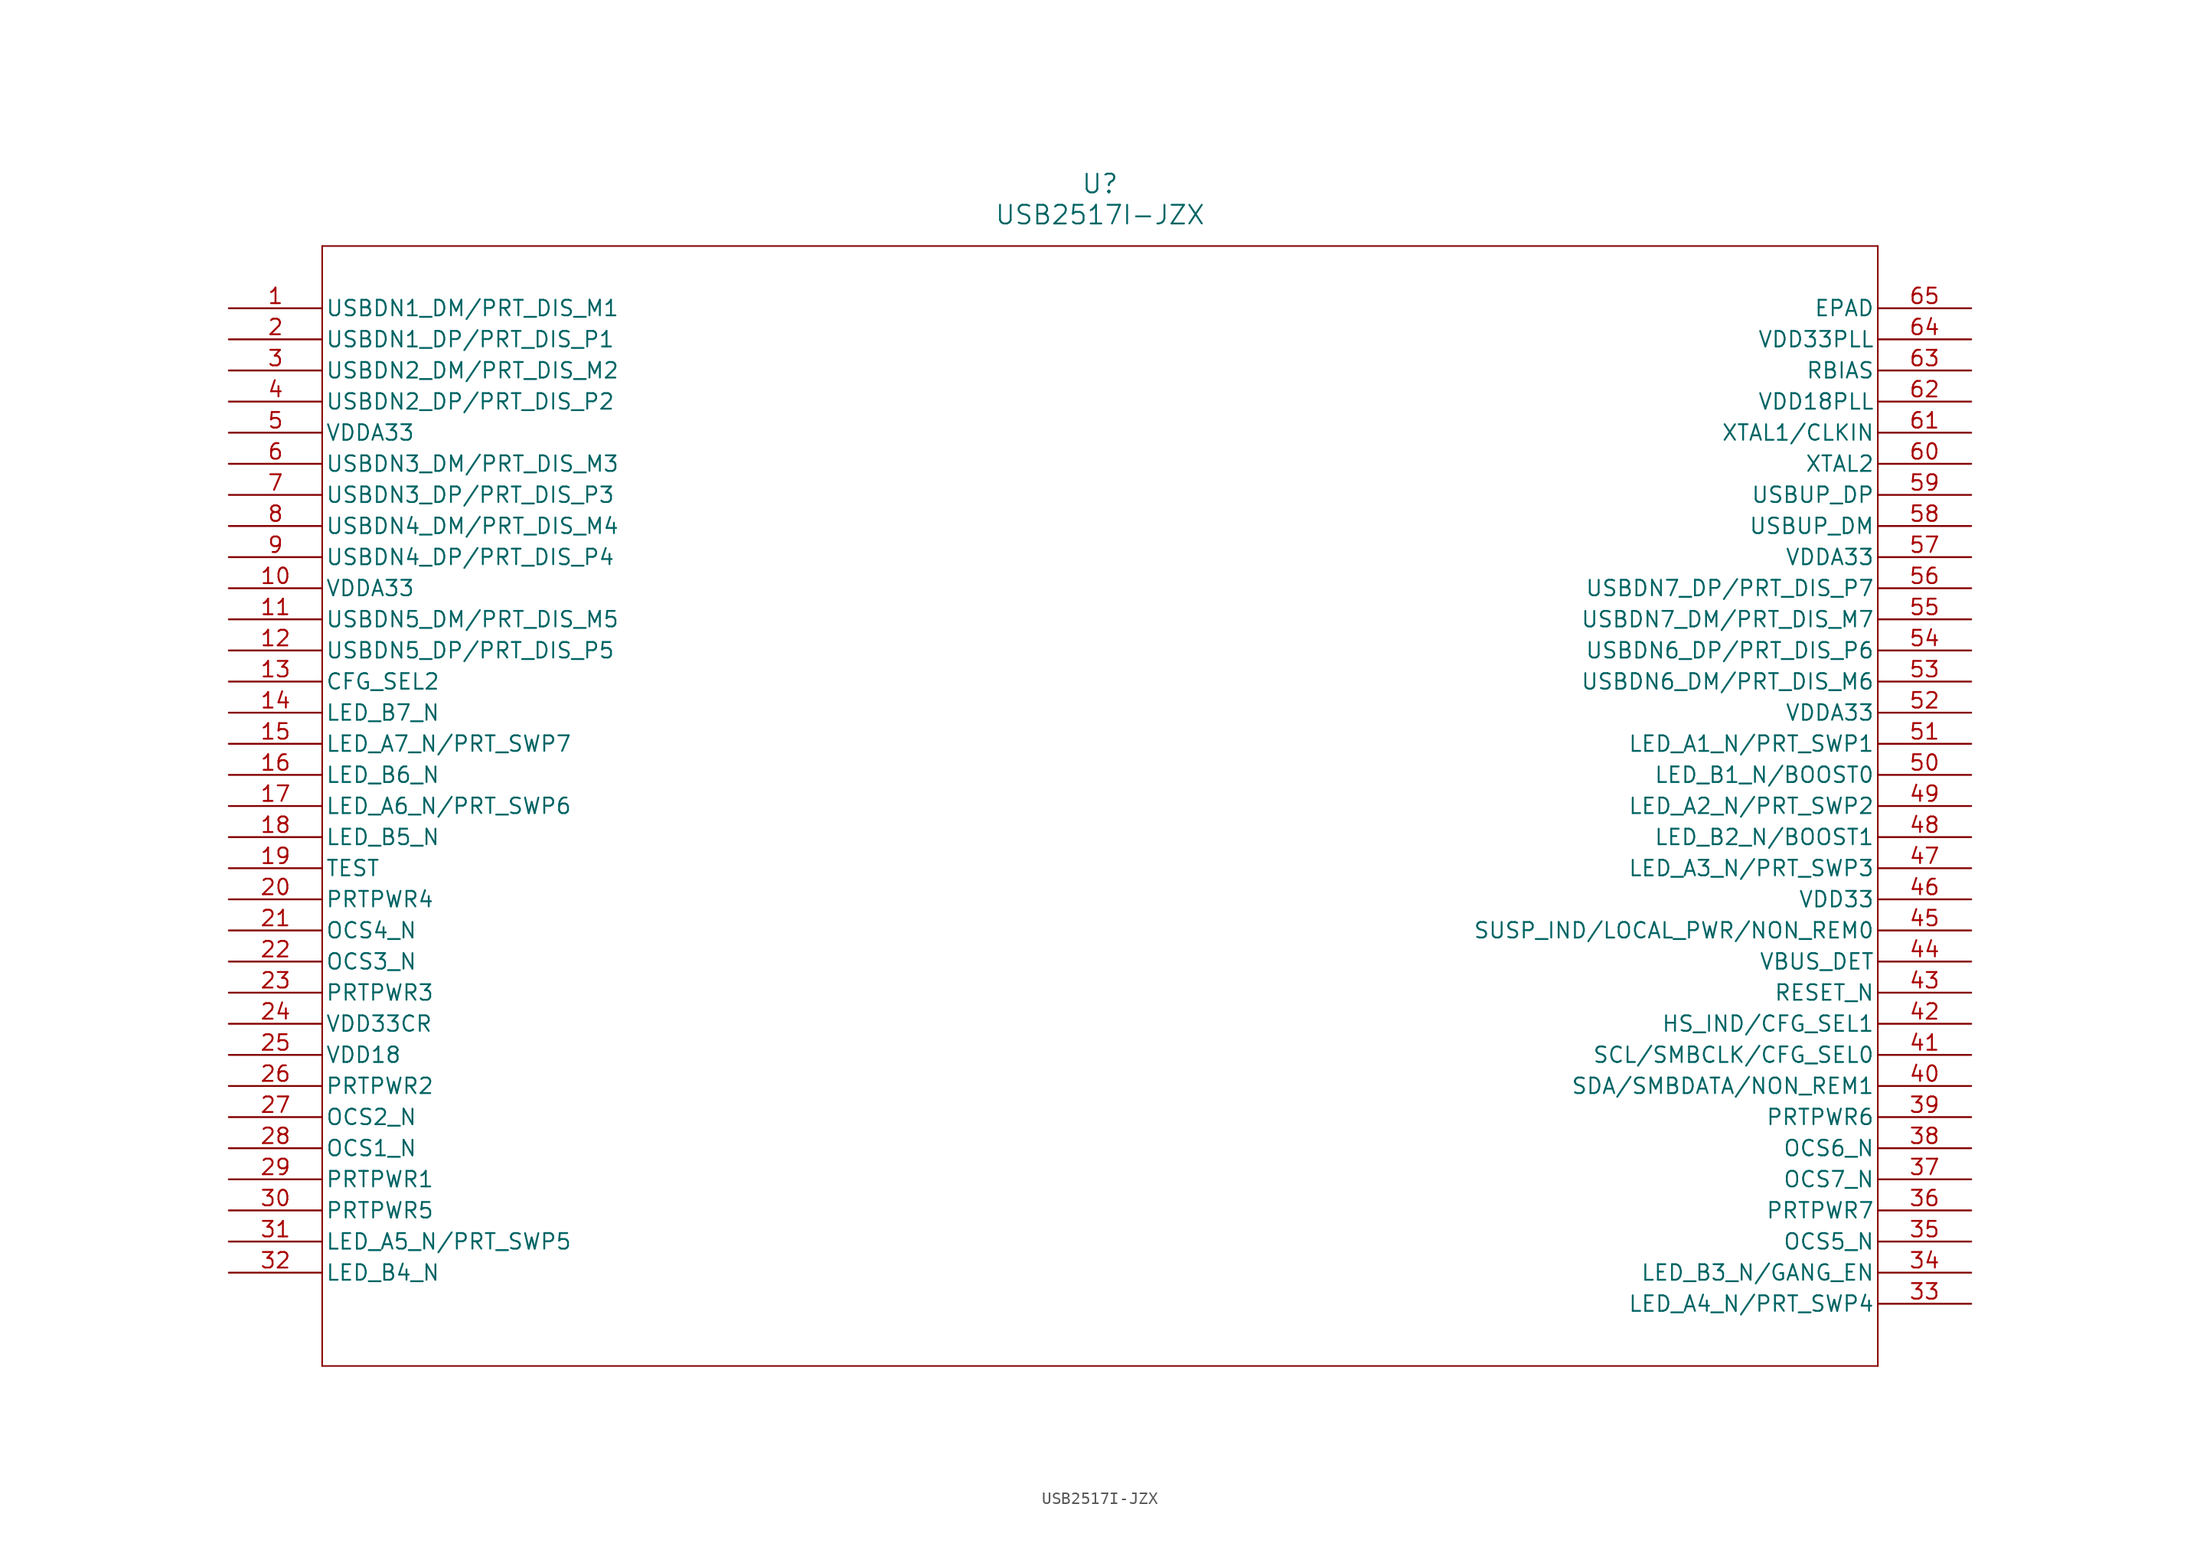
<source format=kicad_sym>
(kicad_symbol_lib
  (version 20211014)
  (generator kicad_symbol_editor)
  (symbol "USB2517I-JZX"
    (pin_names
      (offset 0.254))
    (property "Reference" "U"
      (at 71.12 10.16 0)
      (effects (font (size 1.524 1.524))))
    (property "Value" "USB2517I-JZX"
      (at 71.12 7.62 0)
      (effects (font (size 1.524 1.524))))
    (symbol "USB2517I-JZX_0_1"
      (polyline (pts (xy 7.62 5.08) (xy 7.62 -86.36)) (stroke (width 0.127) (type default) (color 0 0 0 0)) (fill (type none)))
      (polyline (pts (xy 7.62 -86.36) (xy 134.62 -86.36)) (stroke (width 0.127) (type default) (color 0 0 0 0)) (fill (type none)))
      (polyline (pts (xy 134.62 -86.36) (xy 134.62 5.08)) (stroke (width 0.127) (type default) (color 0 0 0 0)) (fill (type none)))
      (polyline (pts (xy 134.62 5.08) (xy 7.62 5.08)) (stroke (width 0.127) (type default) (color 0 0 0 0)) (fill (type none)))
      (pin bidirectional line (at 0 0 0) (length 7.62) (name "USBDN1_DM/PRT_DIS_M1" (effects (font (size 1.27 1.27)))) (number "1" (effects (font (size 1.27 1.27)))))
      (pin bidirectional line (at 0 -2.54 0) (length 7.62) (name "USBDN1_DP/PRT_DIS_P1" (effects (font (size 1.27 1.27)))) (number "2" (effects (font (size 1.27 1.27)))))
      (pin bidirectional line (at 0 -5.08 0) (length 7.62) (name "USBDN2_DM/PRT_DIS_M2" (effects (font (size 1.27 1.27)))) (number "3" (effects (font (size 1.27 1.27)))))
      (pin bidirectional line (at 0 -7.62 0) (length 7.62) (name "USBDN2_DP/PRT_DIS_P2" (effects (font (size 1.27 1.27)))) (number "4" (effects (font (size 1.27 1.27)))))
      (pin power_in line (at 0 -10.16 0) (length 7.62) (name "VDDA33" (effects (font (size 1.27 1.27)))) (number "5" (effects (font (size 1.27 1.27)))))
      (pin bidirectional line (at 0 -12.7 0) (length 7.62) (name "USBDN3_DM/PRT_DIS_M3" (effects (font (size 1.27 1.27)))) (number "6" (effects (font (size 1.27 1.27)))))
      (pin bidirectional line (at 0 -15.24 0) (length 7.62) (name "USBDN3_DP/PRT_DIS_P3" (effects (font (size 1.27 1.27)))) (number "7" (effects (font (size 1.27 1.27)))))
      (pin bidirectional line (at 0 -17.78 0) (length 7.62) (name "USBDN4_DM/PRT_DIS_M4" (effects (font (size 1.27 1.27)))) (number "8" (effects (font (size 1.27 1.27)))))
      (pin bidirectional line (at 0 -20.32 0) (length 7.62) (name "USBDN4_DP/PRT_DIS_P4" (effects (font (size 1.27 1.27)))) (number "9" (effects (font (size 1.27 1.27)))))
      (pin power_in line (at 0 -22.86 0) (length 7.62) (name "VDDA33" (effects (font (size 1.27 1.27)))) (number "10" (effects (font (size 1.27 1.27)))))
      (pin bidirectional line (at 0 -25.4 0) (length 7.62) (name "USBDN5_DM/PRT_DIS_M5" (effects (font (size 1.27 1.27)))) (number "11" (effects (font (size 1.27 1.27)))))
      (pin bidirectional line (at 0 -27.94 0) (length 7.62) (name "USBDN5_DP/PRT_DIS_P5" (effects (font (size 1.27 1.27)))) (number "12" (effects (font (size 1.27 1.27)))))
      (pin bidirectional line (at 0 -30.48 0) (length 7.62) (name "CFG_SEL2" (effects (font (size 1.27 1.27)))) (number "13" (effects (font (size 1.27 1.27)))))
      (pin bidirectional line (at 0 -33.02 0) (length 7.62) (name "LED_B7_N" (effects (font (size 1.27 1.27)))) (number "14" (effects (font (size 1.27 1.27)))))
      (pin bidirectional line (at 0 -35.56 0) (length 7.62) (name "LED_A7_N/PRT_SWP7" (effects (font (size 1.27 1.27)))) (number "15" (effects (font (size 1.27 1.27)))))
      (pin bidirectional line (at 0 -38.1 0) (length 7.62) (name "LED_B6_N" (effects (font (size 1.27 1.27)))) (number "16" (effects (font (size 1.27 1.27)))))
      (pin bidirectional line (at 0 -40.64 0) (length 7.62) (name "LED_A6_N/PRT_SWP6" (effects (font (size 1.27 1.27)))) (number "17" (effects (font (size 1.27 1.27)))))
      (pin bidirectional line (at 0 -43.18 0) (length 7.62) (name "LED_B5_N" (effects (font (size 1.27 1.27)))) (number "18" (effects (font (size 1.27 1.27)))))
      (pin bidirectional line (at 0 -45.72 0) (length 7.62) (name "TEST" (effects (font (size 1.27 1.27)))) (number "19" (effects (font (size 1.27 1.27)))))
      (pin bidirectional line (at 0 -48.26 0) (length 7.62) (name "PRTPWR4" (effects (font (size 1.27 1.27)))) (number "20" (effects (font (size 1.27 1.27)))))
      (pin bidirectional line (at 0 -50.8 0) (length 7.62) (name "OCS4_N" (effects (font (size 1.27 1.27)))) (number "21" (effects (font (size 1.27 1.27)))))
      (pin bidirectional line (at 0 -53.34 0) (length 7.62) (name "OCS3_N" (effects (font (size 1.27 1.27)))) (number "22" (effects (font (size 1.27 1.27)))))
      (pin bidirectional line (at 0 -55.88 0) (length 7.62) (name "PRTPWR3" (effects (font (size 1.27 1.27)))) (number "23" (effects (font (size 1.27 1.27)))))
      (pin power_in line (at 0 -58.42 0) (length 7.62) (name "VDD33CR" (effects (font (size 1.27 1.27)))) (number "24" (effects (font (size 1.27 1.27)))))
      (pin power_in line (at 0 -60.96 0) (length 7.62) (name "VDD18" (effects (font (size 1.27 1.27)))) (number "25" (effects (font (size 1.27 1.27)))))
      (pin bidirectional line (at 0 -63.5 0) (length 7.62) (name "PRTPWR2" (effects (font (size 1.27 1.27)))) (number "26" (effects (font (size 1.27 1.27)))))
      (pin bidirectional line (at 0 -66.04 0) (length 7.62) (name "OCS2_N" (effects (font (size 1.27 1.27)))) (number "27" (effects (font (size 1.27 1.27)))))
      (pin bidirectional line (at 0 -68.58 0) (length 7.62) (name "OCS1_N" (effects (font (size 1.27 1.27)))) (number "28" (effects (font (size 1.27 1.27)))))
      (pin bidirectional line (at 0 -71.12 0) (length 7.62) (name "PRTPWR1" (effects (font (size 1.27 1.27)))) (number "29" (effects (font (size 1.27 1.27)))))
      (pin bidirectional line (at 0 -73.66 0) (length 7.62) (name "PRTPWR5" (effects (font (size 1.27 1.27)))) (number "30" (effects (font (size 1.27 1.27)))))
      (pin bidirectional line (at 0 -76.2 0) (length 7.62) (name "LED_A5_N/PRT_SWP5" (effects (font (size 1.27 1.27)))) (number "31" (effects (font (size 1.27 1.27)))))
      (pin bidirectional line (at 0 -78.74 0) (length 7.62) (name "LED_B4_N" (effects (font (size 1.27 1.27)))) (number "32" (effects (font (size 1.27 1.27)))))
      (pin bidirectional line (at 142.24 -81.28 180) (length 7.62) (name "LED_A4_N/PRT_SWP4" (effects (font (size 1.27 1.27)))) (number "33" (effects (font (size 1.27 1.27)))))
      (pin bidirectional line (at 142.24 -78.74 180) (length 7.62) (name "LED_B3_N/GANG_EN" (effects (font (size 1.27 1.27)))) (number "34" (effects (font (size 1.27 1.27)))))
      (pin bidirectional line (at 142.24 -76.2 180) (length 7.62) (name "OCS5_N" (effects (font (size 1.27 1.27)))) (number "35" (effects (font (size 1.27 1.27)))))
      (pin bidirectional line (at 142.24 -73.66 180) (length 7.62) (name "PRTPWR7" (effects (font (size 1.27 1.27)))) (number "36" (effects (font (size 1.27 1.27)))))
      (pin bidirectional line (at 142.24 -71.12 180) (length 7.62) (name "OCS7_N" (effects (font (size 1.27 1.27)))) (number "37" (effects (font (size 1.27 1.27)))))
      (pin bidirectional line (at 142.24 -68.58 180) (length 7.62) (name "OCS6_N" (effects (font (size 1.27 1.27)))) (number "38" (effects (font (size 1.27 1.27)))))
      (pin bidirectional line (at 142.24 -66.04 180) (length 7.62) (name "PRTPWR6" (effects (font (size 1.27 1.27)))) (number "39" (effects (font (size 1.27 1.27)))))
      (pin bidirectional line (at 142.24 -63.5 180) (length 7.62) (name "SDA/SMBDATA/NON_REM1" (effects (font (size 1.27 1.27)))) (number "40" (effects (font (size 1.27 1.27)))))
      (pin bidirectional line (at 142.24 -60.96 180) (length 7.62) (name "SCL/SMBCLK/CFG_SEL0" (effects (font (size 1.27 1.27)))) (number "41" (effects (font (size 1.27 1.27)))))
      (pin bidirectional line (at 142.24 -58.42 180) (length 7.62) (name "HS_IND/CFG_SEL1" (effects (font (size 1.27 1.27)))) (number "42" (effects (font (size 1.27 1.27)))))
      (pin bidirectional line (at 142.24 -55.88 180) (length 7.62) (name "RESET_N" (effects (font (size 1.27 1.27)))) (number "43" (effects (font (size 1.27 1.27)))))
      (pin bidirectional line (at 142.24 -53.34 180) (length 7.62) (name "VBUS_DET" (effects (font (size 1.27 1.27)))) (number "44" (effects (font (size 1.27 1.27)))))
      (pin bidirectional line (at 142.24 -50.8 180) (length 7.62) (name "SUSP_IND/LOCAL_PWR/NON_REM0" (effects (font (size 1.27 1.27)))) (number "45" (effects (font (size 1.27 1.27)))))
      (pin power_in line (at 142.24 -48.26 180) (length 7.62) (name "VDD33" (effects (font (size 1.27 1.27)))) (number "46" (effects (font (size 1.27 1.27)))))
      (pin bidirectional line (at 142.24 -45.72 180) (length 7.62) (name "LED_A3_N/PRT_SWP3" (effects (font (size 1.27 1.27)))) (number "47" (effects (font (size 1.27 1.27)))))
      (pin bidirectional line (at 142.24 -43.18 180) (length 7.62) (name "LED_B2_N/BOOST1" (effects (font (size 1.27 1.27)))) (number "48" (effects (font (size 1.27 1.27)))))
      (pin bidirectional line (at 142.24 -40.64 180) (length 7.62) (name "LED_A2_N/PRT_SWP2" (effects (font (size 1.27 1.27)))) (number "49" (effects (font (size 1.27 1.27)))))
      (pin bidirectional line (at 142.24 -38.1 180) (length 7.62) (name "LED_B1_N/BOOST0" (effects (font (size 1.27 1.27)))) (number "50" (effects (font (size 1.27 1.27)))))
      (pin bidirectional line (at 142.24 -35.56 180) (length 7.62) (name "LED_A1_N/PRT_SWP1" (effects (font (size 1.27 1.27)))) (number "51" (effects (font (size 1.27 1.27)))))
      (pin power_in line (at 142.24 -33.02 180) (length 7.62) (name "VDDA33" (effects (font (size 1.27 1.27)))) (number "52" (effects (font (size 1.27 1.27)))))
      (pin bidirectional line (at 142.24 -30.48 180) (length 7.62) (name "USBDN6_DM/PRT_DIS_M6" (effects (font (size 1.27 1.27)))) (number "53" (effects (font (size 1.27 1.27)))))
      (pin bidirectional line (at 142.24 -27.94 180) (length 7.62) (name "USBDN6_DP/PRT_DIS_P6" (effects (font (size 1.27 1.27)))) (number "54" (effects (font (size 1.27 1.27)))))
      (pin bidirectional line (at 142.24 -25.4 180) (length 7.62) (name "USBDN7_DM/PRT_DIS_M7" (effects (font (size 1.27 1.27)))) (number "55" (effects (font (size 1.27 1.27)))))
      (pin bidirectional line (at 142.24 -22.86 180) (length 7.62) (name "USBDN7_DP/PRT_DIS_P7" (effects (font (size 1.27 1.27)))) (number "56" (effects (font (size 1.27 1.27)))))
      (pin power_in line (at 142.24 -20.32 180) (length 7.62) (name "VDDA33" (effects (font (size 1.27 1.27)))) (number "57" (effects (font (size 1.27 1.27)))))
      (pin bidirectional line (at 142.24 -17.78 180) (length 7.62) (name "USBUP_DM" (effects (font (size 1.27 1.27)))) (number "58" (effects (font (size 1.27 1.27)))))
      (pin bidirectional line (at 142.24 -15.24 180) (length 7.62) (name "USBUP_DP" (effects (font (size 1.27 1.27)))) (number "59" (effects (font (size 1.27 1.27)))))
      (pin bidirectional line (at 142.24 -12.7 180) (length 7.62) (name "XTAL2" (effects (font (size 1.27 1.27)))) (number "60" (effects (font (size 1.27 1.27)))))
      (pin bidirectional line (at 142.24 -10.16 180) (length 7.62) (name "XTAL1/CLKIN" (effects (font (size 1.27 1.27)))) (number "61" (effects (font (size 1.27 1.27)))))
      (pin power_in line (at 142.24 -7.62 180) (length 7.62) (name "VDD18PLL" (effects (font (size 1.27 1.27)))) (number "62" (effects (font (size 1.27 1.27)))))
      (pin bidirectional line (at 142.24 -5.08 180) (length 7.62) (name "RBIAS" (effects (font (size 1.27 1.27)))) (number "63" (effects (font (size 1.27 1.27)))))
      (pin power_in line (at 142.24 -2.54 180) (length 7.62) (name "VDD33PLL" (effects (font (size 1.27 1.27)))) (number "64" (effects (font (size 1.27 1.27)))))
      (pin unspecified line (at 142.24 0 180) (length 7.62) (name "EPAD" (effects (font (size 1.27 1.27)))) (number "65" (effects (font (size 1.27 1.27))))))))
</source>
